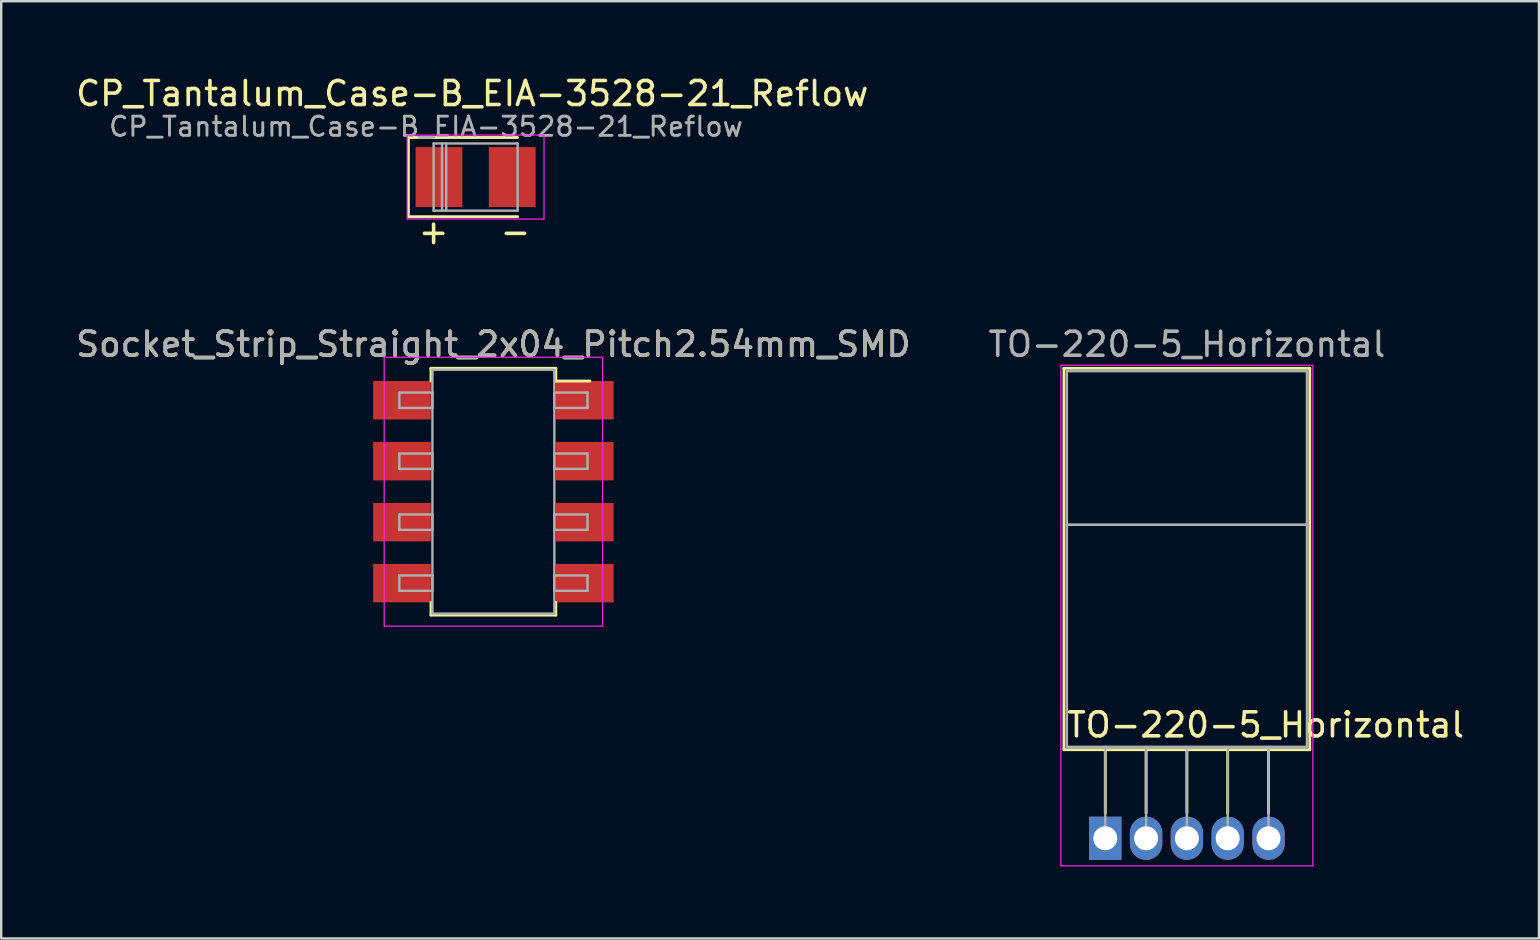
<source format=kicad_pcb>
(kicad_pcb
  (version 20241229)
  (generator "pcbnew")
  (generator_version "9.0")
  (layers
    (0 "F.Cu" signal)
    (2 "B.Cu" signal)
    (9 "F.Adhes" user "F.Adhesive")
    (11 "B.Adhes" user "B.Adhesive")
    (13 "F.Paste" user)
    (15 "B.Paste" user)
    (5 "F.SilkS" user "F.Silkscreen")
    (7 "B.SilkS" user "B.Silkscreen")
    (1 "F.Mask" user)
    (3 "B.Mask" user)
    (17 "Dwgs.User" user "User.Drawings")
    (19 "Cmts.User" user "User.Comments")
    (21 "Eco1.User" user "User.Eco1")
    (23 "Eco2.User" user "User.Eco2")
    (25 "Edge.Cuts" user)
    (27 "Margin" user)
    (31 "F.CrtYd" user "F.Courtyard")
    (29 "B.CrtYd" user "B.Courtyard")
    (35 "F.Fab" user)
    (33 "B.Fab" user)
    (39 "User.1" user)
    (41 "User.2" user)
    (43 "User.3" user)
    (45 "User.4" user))
  (footprint "Socket_Strip_Straight_2x04_Pitch2.54mm_SMD"
    (layer "F.Cu")
    (at 17.506 17.435)
    (property "Reference" "Socket_Strip_Straight_2x04_Pitch2.54mm_SMD" (at 0 -6.14 0) (layer "F.SilkS") (effects (font (size 1 1) (thickness 0.15))))
    (attr smd)
    (fp_line (start -2.6 -5.14) (end 2.6 -5.14) (stroke (width 0.12) (type solid)) (layer "F.SilkS"))
    (fp_line (start -2.6 -4.61) (end -2.6 -5.14) (stroke (width 0.12) (type solid)) (layer "F.SilkS"))
    (fp_line (start -2.6 4.61) (end -2.6 5.14) (stroke (width 0.12) (type solid)) (layer "F.SilkS"))
    (fp_line (start -2.6 5.14) (end 2.6 5.14) (stroke (width 0.12) (type solid)) (layer "F.SilkS"))
    (fp_line (start 2.6 -5.14) (end 2.6 -4.61) (stroke (width 0.12) (type solid)) (layer "F.SilkS"))
    (fp_line (start 2.6 5.14) (end 2.6 4.61) (stroke (width 0.12) (type solid)) (layer "F.SilkS"))
    (fp_line (start 4.02 -4.61) (end 2.6 -4.61) (stroke (width 0.12) (type solid)) (layer "F.SilkS"))
    (fp_line (start -4.55 -5.6) (end -4.55 5.6) (stroke (width 0.05) (type solid)) (layer "F.CrtYd"))
    (fp_line (start -4.55 5.6) (end 4.55 5.6) (stroke (width 0.05) (type solid)) (layer "F.CrtYd"))
    (fp_line (start 4.55 -5.6) (end -4.55 -5.6) (stroke (width 0.05) (type solid)) (layer "F.CrtYd"))
    (fp_line (start 4.55 5.6) (end 4.55 -5.6) (stroke (width 0.05) (type solid)) (layer "F.CrtYd"))
    (fp_line (start -3.92 -4.13) (end -2.54 -4.13) (stroke (width 0.1) (type solid)) (layer "F.Fab"))
    (fp_line (start -3.92 -3.49) (end -3.92 -4.13) (stroke (width 0.1) (type solid)) (layer "F.Fab"))
    (fp_line (start -3.92 -1.59) (end -2.54 -1.59) (stroke (width 0.1) (type solid)) (layer "F.Fab"))
    (fp_line (start -3.92 -0.95) (end -3.92 -1.59) (stroke (width 0.1) (type solid)) (layer "F.Fab"))
    (fp_line (start -3.92 0.95) (end -2.54 0.95) (stroke (width 0.1) (type solid)) (layer "F.Fab"))
    (fp_line (start -3.92 1.59) (end -3.92 0.95) (stroke (width 0.1) (type solid)) (layer "F.Fab"))
    (fp_line (start -3.92 3.49) (end -2.54 3.49) (stroke (width 0.1) (type solid)) (layer "F.Fab"))
    (fp_line (start -3.92 4.13) (end -3.92 3.49) (stroke (width 0.1) (type solid)) (layer "F.Fab"))
    (fp_line (start -2.54 -5.08) (end -2.54 5.08) (stroke (width 0.1) (type solid)) (layer "F.Fab"))
    (fp_line (start -2.54 -4.13) (end -2.54 -3.49) (stroke (width 0.1) (type solid)) (layer "F.Fab"))
    (fp_line (start -2.54 -3.49) (end -3.92 -3.49) (stroke (width 0.1) (type solid)) (layer "F.Fab"))
    (fp_line (start -2.54 -1.59) (end -2.54 -0.95) (stroke (width 0.1) (type solid)) (layer "F.Fab"))
    (fp_line (start -2.54 -0.95) (end -3.92 -0.95) (stroke (width 0.1) (type solid)) (layer "F.Fab"))
    (fp_line (start -2.54 0.95) (end -2.54 1.59) (stroke (width 0.1) (type solid)) (layer "F.Fab"))
    (fp_line (start -2.54 1.59) (end -3.92 1.59) (stroke (width 0.1) (type solid)) (layer "F.Fab"))
    (fp_line (start -2.54 3.49) (end -2.54 4.13) (stroke (width 0.1) (type solid)) (layer "F.Fab"))
    (fp_line (start -2.54 4.13) (end -3.92 4.13) (stroke (width 0.1) (type solid)) (layer "F.Fab"))
    (fp_line (start -2.54 5.08) (end 2.54 5.08) (stroke (width 0.1) (type solid)) (layer "F.Fab"))
    (fp_line (start 2.54 -5.08) (end -2.54 -5.08) (stroke (width 0.1) (type solid)) (layer "F.Fab"))
    (fp_line (start 2.54 -4.13) (end 2.54 -3.49) (stroke (width 0.1) (type solid)) (layer "F.Fab"))
    (fp_line (start 2.54 -3.49) (end 3.92 -3.49) (stroke (width 0.1) (type solid)) (layer "F.Fab"))
    (fp_line (start 2.54 -1.59) (end 2.54 -0.95) (stroke (width 0.1) (type solid)) (layer "F.Fab"))
    (fp_line (start 2.54 -0.95) (end 3.92 -0.95) (stroke (width 0.1) (type solid)) (layer "F.Fab"))
    (fp_line (start 2.54 0.95) (end 2.54 1.59) (stroke (width 0.1) (type solid)) (layer "F.Fab"))
    (fp_line (start 2.54 1.59) (end 3.92 1.59) (stroke (width 0.1) (type solid)) (layer "F.Fab"))
    (fp_line (start 2.54 3.49) (end 2.54 4.13) (stroke (width 0.1) (type solid)) (layer "F.Fab"))
    (fp_line (start 2.54 4.13) (end 3.92 4.13) (stroke (width 0.1) (type solid)) (layer "F.Fab"))
    (fp_line (start 2.54 5.08) (end 2.54 -5.08) (stroke (width 0.1) (type solid)) (layer "F.Fab"))
    (fp_line (start 3.92 -4.13) (end 2.54 -4.13) (stroke (width 0.1) (type solid)) (layer "F.Fab"))
    (fp_line (start 3.92 -3.49) (end 3.92 -4.13) (stroke (width 0.1) (type solid)) (layer "F.Fab"))
    (fp_line (start 3.92 -1.59) (end 2.54 -1.59) (stroke (width 0.1) (type solid)) (layer "F.Fab"))
    (fp_line (start 3.92 -0.95) (end 3.92 -1.59) (stroke (width 0.1) (type solid)) (layer "F.Fab"))
    (fp_line (start 3.92 0.95) (end 2.54 0.95) (stroke (width 0.1) (type solid)) (layer "F.Fab"))
    (fp_line (start 3.92 1.59) (end 3.92 0.95) (stroke (width 0.1) (type solid)) (layer "F.Fab"))
    (fp_line (start 3.92 3.49) (end 2.54 3.49) (stroke (width 0.1) (type solid)) (layer "F.Fab"))
    (fp_line (start 3.92 4.13) (end 3.92 3.49) (stroke (width 0.1) (type solid)) (layer "F.Fab"))
    (fp_text user "${REFERENCE}" (at 0 -6.14 0) (layer "F.Fab") (effects (font (size 1 1) (thickness 0.15))))
    (pad "1" smd rect (at -3.81 -3.81) (size 2.4 1.6) (layers "F.Cu" "F.Mask" "F.Paste"))
    (pad "2" smd rect (at -3.81 -1.27) (size 2.4 1.6) (layers "F.Cu" "F.Mask" "F.Paste"))
    (pad "3" smd rect (at -3.81 1.27) (size 2.4 1.6) (layers "F.Cu" "F.Mask" "F.Paste"))
    (pad "4" smd rect (at -3.81 3.81) (size 2.4 1.6) (layers "F.Cu" "F.Mask" "F.Paste"))
    (pad "5" smd rect (at 3.81 3.81) (size 2.4 1.6) (layers "F.Cu" "F.Mask" "F.Paste"))
    (pad "6" smd rect (at 3.81 1.27) (size 2.4 1.6) (layers "F.Cu" "F.Mask" "F.Paste"))
    (pad "7" smd rect (at 3.81 -1.27) (size 2.4 1.6) (layers "F.Cu" "F.Mask" "F.Paste"))
    (pad "8" smd rect (at 3.81 -3.81) (size 2.4 1.6) (layers "F.Cu" "F.Mask" "F.Paste")))
  (footprint "CP_Tantalum_Case-B_EIA-3528-21_Reflow"
    (layer "F.Cu")
    (at 16.765 4.328)
    (property "Reference" "CP_Tantalum_Case-B_EIA-3528-21_Reflow" (at -0.14 -3.48 0) (layer "F.SilkS") (effects (font (size 1 1) (thickness 0.15))))
    (attr smd)
    (fp_line (start -2.8 -1.65) (end -2.8 1.65) (stroke (width 0.12) (type solid)) (layer "F.SilkS"))
    (fp_line (start -2.8 -1.65) (end 1.75 -1.65) (stroke (width 0.12) (type solid)) (layer "F.SilkS"))
    (fp_line (start -2.8 1.65) (end 1.75 1.65) (stroke (width 0.12) (type solid)) (layer "F.SilkS"))
    (fp_line (start -2.85 -1.75) (end -2.85 1.75) (stroke (width 0.05) (type solid)) (layer "F.CrtYd"))
    (fp_line (start -2.85 1.75) (end 2.85 1.75) (stroke (width 0.05) (type solid)) (layer "F.CrtYd"))
    (fp_line (start 2.85 -1.75) (end -2.85 -1.75) (stroke (width 0.05) (type solid)) (layer "F.CrtYd"))
    (fp_line (start 2.85 1.75) (end 2.85 -1.75) (stroke (width 0.05) (type solid)) (layer "F.CrtYd"))
    (fp_line (start -1.75 -1.4) (end -1.75 1.4) (stroke (width 0.1) (type solid)) (layer "F.Fab"))
    (fp_line (start -1.75 1.4) (end 1.75 1.4) (stroke (width 0.1) (type solid)) (layer "F.Fab"))
    (fp_line (start -1.4 -1.4) (end -1.4 1.4) (stroke (width 0.1) (type solid)) (layer "F.Fab"))
    (fp_line (start -1.225 -1.4) (end -1.225 1.4) (stroke (width 0.1) (type solid)) (layer "F.Fab"))
    (fp_line (start 1.75 -1.4) (end -1.75 -1.4) (stroke (width 0.1) (type solid)) (layer "F.Fab"))
    (fp_line (start 1.75 1.4) (end 1.75 -1.4) (stroke (width 0.1) (type solid)) (layer "F.Fab"))
    (fp_text user "+" (at -1.75 2.27 0) (layer "F.SilkS") (effects (font (size 1 1) (thickness 0.15))))
    (fp_text user "-" (at 1.66 2.27 0) (layer "F.SilkS") (effects (font (size 1 1) (thickness 0.15))))
    (fp_text user "${REFERENCE}" (at -2.068 -2.103 0) (layer "F.Fab") (effects (font (size 0.8 0.8) (thickness 0.12))))
    (pad "1" smd rect (at -1.525 0) (size 1.95 2.5) (layers "F.Cu" "F.Mask" "F.Paste"))
    (pad "2" smd rect (at 1.525 0) (size 1.95 2.5) (layers "F.Cu" "F.Mask" "F.Paste")))
  (footprint "TO-220-5_Horizontal"
    (placed yes)
    (layer "F.Cu")
    (at 42.999 31.875)
    (property "Reference" "TO-220-5_Horizontal" (at 6.68 -4.724 0) (layer "F.SilkS") (effects (font (size 1 1) (thickness 0.15))))
    (attr through_hole)
    (fp_line (start -1.721 -19.58) (end -1.721 -3.69) (stroke (width 0.12) (type solid)) (layer "F.SilkS"))
    (fp_line (start -1.721 -19.58) (end 8.52 -19.58) (stroke (width 0.12) (type solid)) (layer "F.SilkS"))
    (fp_line (start -1.721 -3.69) (end 8.52 -3.69) (stroke (width 0.12) (type solid)) (layer "F.SilkS"))
    (fp_line (start 0 -3.69) (end 0 -1.05) (stroke (width 0.12) (type solid)) (layer "F.SilkS"))
    (fp_line (start 1.7 -3.69) (end 1.7 -1.05) (stroke (width 0.12) (type solid)) (layer "F.SilkS"))
    (fp_line (start 3.4 -3.69) (end 3.4 -1.05) (stroke (width 0.12) (type solid)) (layer "F.SilkS"))
    (fp_line (start 5.1 -3.69) (end 5.1 -1.05) (stroke (width 0.12) (type solid)) (layer "F.SilkS"))
    (fp_line (start 6.8 -3.69) (end 6.8 -1.05) (stroke (width 0.12) (type solid)) (layer "F.SilkS"))
    (fp_line (start 8.52 -19.58) (end 8.52 -3.69) (stroke (width 0.12) (type solid)) (layer "F.SilkS"))
    (fp_line (start -1.85 -19.71) (end -1.85 1.15) (stroke (width 0.05) (type solid)) (layer "F.CrtYd"))
    (fp_line (start -1.85 1.15) (end 8.65 1.15) (stroke (width 0.05) (type solid)) (layer "F.CrtYd"))
    (fp_line (start 8.65 -19.71) (end -1.85 -19.71) (stroke (width 0.05) (type solid)) (layer "F.CrtYd"))
    (fp_line (start 8.65 1.15) (end 8.65 -19.71) (stroke (width 0.05) (type solid)) (layer "F.CrtYd"))
    (fp_line (start -1.6 -19.46) (end 8.4 -19.46) (stroke (width 0.1) (type solid)) (layer "F.Fab"))
    (fp_line (start -1.6 -13.06) (end -1.6 -19.46) (stroke (width 0.1) (type solid)) (layer "F.Fab"))
    (fp_line (start -1.6 -13.06) (end 8.4 -13.06) (stroke (width 0.1) (type solid)) (layer "F.Fab"))
    (fp_line (start -1.6 -3.81) (end -1.6 -13.06) (stroke (width 0.1) (type solid)) (layer "F.Fab"))
    (fp_line (start 0 -3.81) (end 0 0) (stroke (width 0.1) (type solid)) (layer "F.Fab"))
    (fp_line (start 1.7 -3.81) (end 1.7 0) (stroke (width 0.1) (type solid)) (layer "F.Fab"))
    (fp_line (start 3.4 -3.81) (end 3.4 0) (stroke (width 0.1) (type solid)) (layer "F.Fab"))
    (fp_line (start 5.1 -3.81) (end 5.1 0) (stroke (width 0.1) (type solid)) (layer "F.Fab"))
    (fp_line (start 6.8 -3.81) (end 6.8 0) (stroke (width 0.1) (type solid)) (layer "F.Fab"))
    (fp_line (start 8.4 -19.46) (end 8.4 -13.06) (stroke (width 0.1) (type solid)) (layer "F.Fab"))
    (fp_line (start 8.4 -13.06) (end -1.6 -13.06) (stroke (width 0.1) (type solid)) (layer "F.Fab"))
    (fp_line (start 8.4 -13.06) (end 8.4 -3.81) (stroke (width 0.1) (type solid)) (layer "F.Fab"))
    (fp_line (start 8.4 -3.81) (end -1.6 -3.81) (stroke (width 0.1) (type solid)) (layer "F.Fab"))
    (fp_text user "${REFERENCE}" (at 3.4 -20.58 0) (layer "F.Fab") (effects (font (size 1 1) (thickness 0.15))))
    (pad "1" thru_hole rect (at 0 0) (size 1.35 1.8) (drill 1) (layers "*.Cu" "*.Mask"))
    (pad "2" thru_hole oval (at 1.7 0) (size 1.35 1.8) (drill 1) (layers "*.Cu" "*.Mask"))
    (pad "3" thru_hole oval (at 3.4 0) (size 1.35 1.8) (drill 1) (layers "*.Cu" "*.Mask"))
    (pad "4" thru_hole oval (at 5.1 0) (size 1.35 1.8) (drill 1) (layers "*.Cu" "*.Mask"))
    (pad "5" thru_hole oval (at 6.8 0) (size 1.35 1.8) (drill 1) (layers "*.Cu" "*.Mask")))
  (gr_rect
    (start -3 -3)
    (end 61.066 36.05)
    (stroke (width 0.1) (type default))
    (fill no)
    (layer "Edge.Cuts")))
</source>
